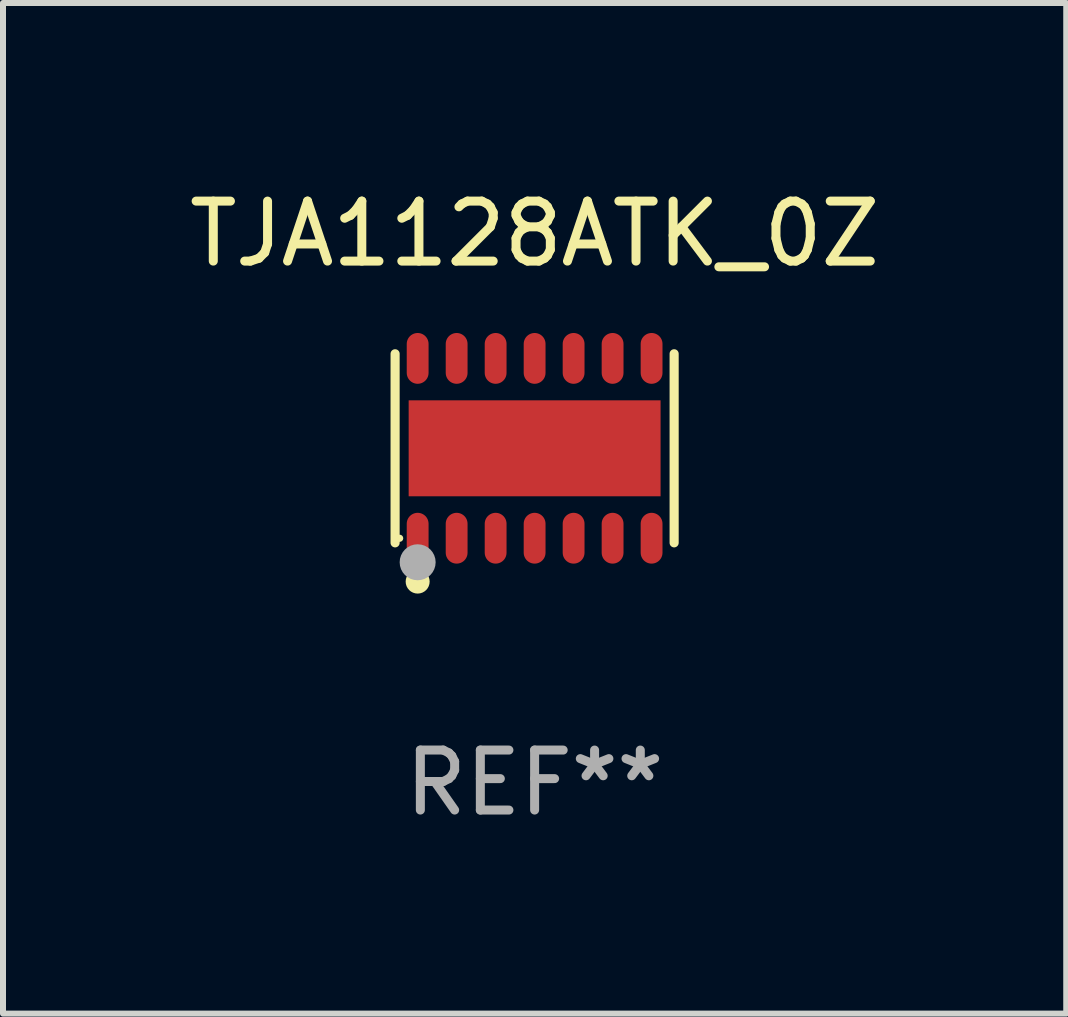
<source format=kicad_pcb>
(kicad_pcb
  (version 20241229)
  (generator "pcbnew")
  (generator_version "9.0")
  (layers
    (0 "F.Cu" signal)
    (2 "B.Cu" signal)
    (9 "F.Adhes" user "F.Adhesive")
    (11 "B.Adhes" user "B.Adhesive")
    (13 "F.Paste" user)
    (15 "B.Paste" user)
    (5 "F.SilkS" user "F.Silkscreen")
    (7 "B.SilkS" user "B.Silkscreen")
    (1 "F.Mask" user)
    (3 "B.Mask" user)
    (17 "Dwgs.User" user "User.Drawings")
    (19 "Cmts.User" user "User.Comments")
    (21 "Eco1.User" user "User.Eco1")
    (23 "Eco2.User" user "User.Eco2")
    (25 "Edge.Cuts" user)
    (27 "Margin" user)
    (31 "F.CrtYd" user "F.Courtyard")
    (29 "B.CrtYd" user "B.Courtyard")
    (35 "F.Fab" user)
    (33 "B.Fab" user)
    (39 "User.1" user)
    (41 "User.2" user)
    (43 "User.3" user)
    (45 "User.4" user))
  (footprint "TJA1128ATK_0Z"
    (layer "F.Cu")
    (at 5.863 4.424)
    (property "Reference" "TJA1128ATK_0Z" (at 0 -3.576 0) (layer "F.SilkS") (effects (font (size 1 1) (thickness 0.15))))
    (attr through_hole)
    (fp_line (start -2.326 1.576) (end -2.326 -1.576) (stroke (width 0.152) (type solid)) (layer "F.SilkS"))
    (fp_line (start 2.326 -1.576) (end 2.326 1.576) (stroke (width 0.152) (type solid)) (layer "F.SilkS"))
    (fp_circle (center -2.25 1.5) (end -2.22 1.5) (stroke (width 0.06) (type solid)) (fill no) (layer "F.SilkS"))
    (fp_circle (center -1.95 2.222) (end -1.85 2.222) (stroke (width 0.2) (type solid)) (fill no) (layer "F.SilkS"))
    (fp_circle (center -1.95 1.9) (end -1.8 1.9) (stroke (width 0.3) (type solid)) (fill no) (layer "F.Fab"))
    (fp_text user "REF**" (at 0 5.576 0) (layer "F.Fab") (effects (font (size 1 1) (thickness 0.15))))
    (pad "1" smd oval (at -1.95 1.499) (size 0.364 0.847) (layers "F.Cu" "F.Mask" "F.Paste"))
    (pad "2" smd oval (at -1.3 1.499) (size 0.364 0.847) (layers "F.Cu" "F.Mask" "F.Paste"))
    (pad "3" smd oval (at -0.65 1.499) (size 0.364 0.847) (layers "F.Cu" "F.Mask" "F.Paste"))
    (pad "4" smd oval (at 0 1.499) (size 0.364 0.847) (layers "F.Cu" "F.Mask" "F.Paste"))
    (pad "5" smd oval (at 0.65 1.499) (size 0.364 0.847) (layers "F.Cu" "F.Mask" "F.Paste"))
    (pad "6" smd oval (at 1.3 1.499) (size 0.364 0.847) (layers "F.Cu" "F.Mask" "F.Paste"))
    (pad "7" smd oval (at 1.95 1.499) (size 0.364 0.847) (layers "F.Cu" "F.Mask" "F.Paste"))
    (pad "8" smd oval (at 1.95 -1.499) (size 0.364 0.847) (layers "F.Cu" "F.Mask" "F.Paste"))
    (pad "9" smd oval (at 1.3 -1.499) (size 0.364 0.847) (layers "F.Cu" "F.Mask" "F.Paste"))
    (pad "10" smd oval (at 0.65 -1.499) (size 0.364 0.847) (layers "F.Cu" "F.Mask" "F.Paste"))
    (pad "11" smd oval (at 0 -1.499) (size 0.364 0.847) (layers "F.Cu" "F.Mask" "F.Paste"))
    (pad "12" smd oval (at -0.65 -1.499) (size 0.364 0.847) (layers "F.Cu" "F.Mask" "F.Paste"))
    (pad "13" smd oval (at -1.3 -1.499) (size 0.364 0.847) (layers "F.Cu" "F.Mask" "F.Paste"))
    (pad "14" smd oval (at -1.95 -1.499) (size 0.364 0.847) (layers "F.Cu" "F.Mask" "F.Paste"))
    (pad "15" smd rect (at 0 0) (size 4.2 1.6) (layers "F.Cu" "F.Mask" "F.Paste")))
  (gr_rect
    (start -3 -3)
    (end 14.726 13.849)
    (stroke (width 0.1) (type default))
    (fill no)
    (layer "Edge.Cuts")))
</source>
